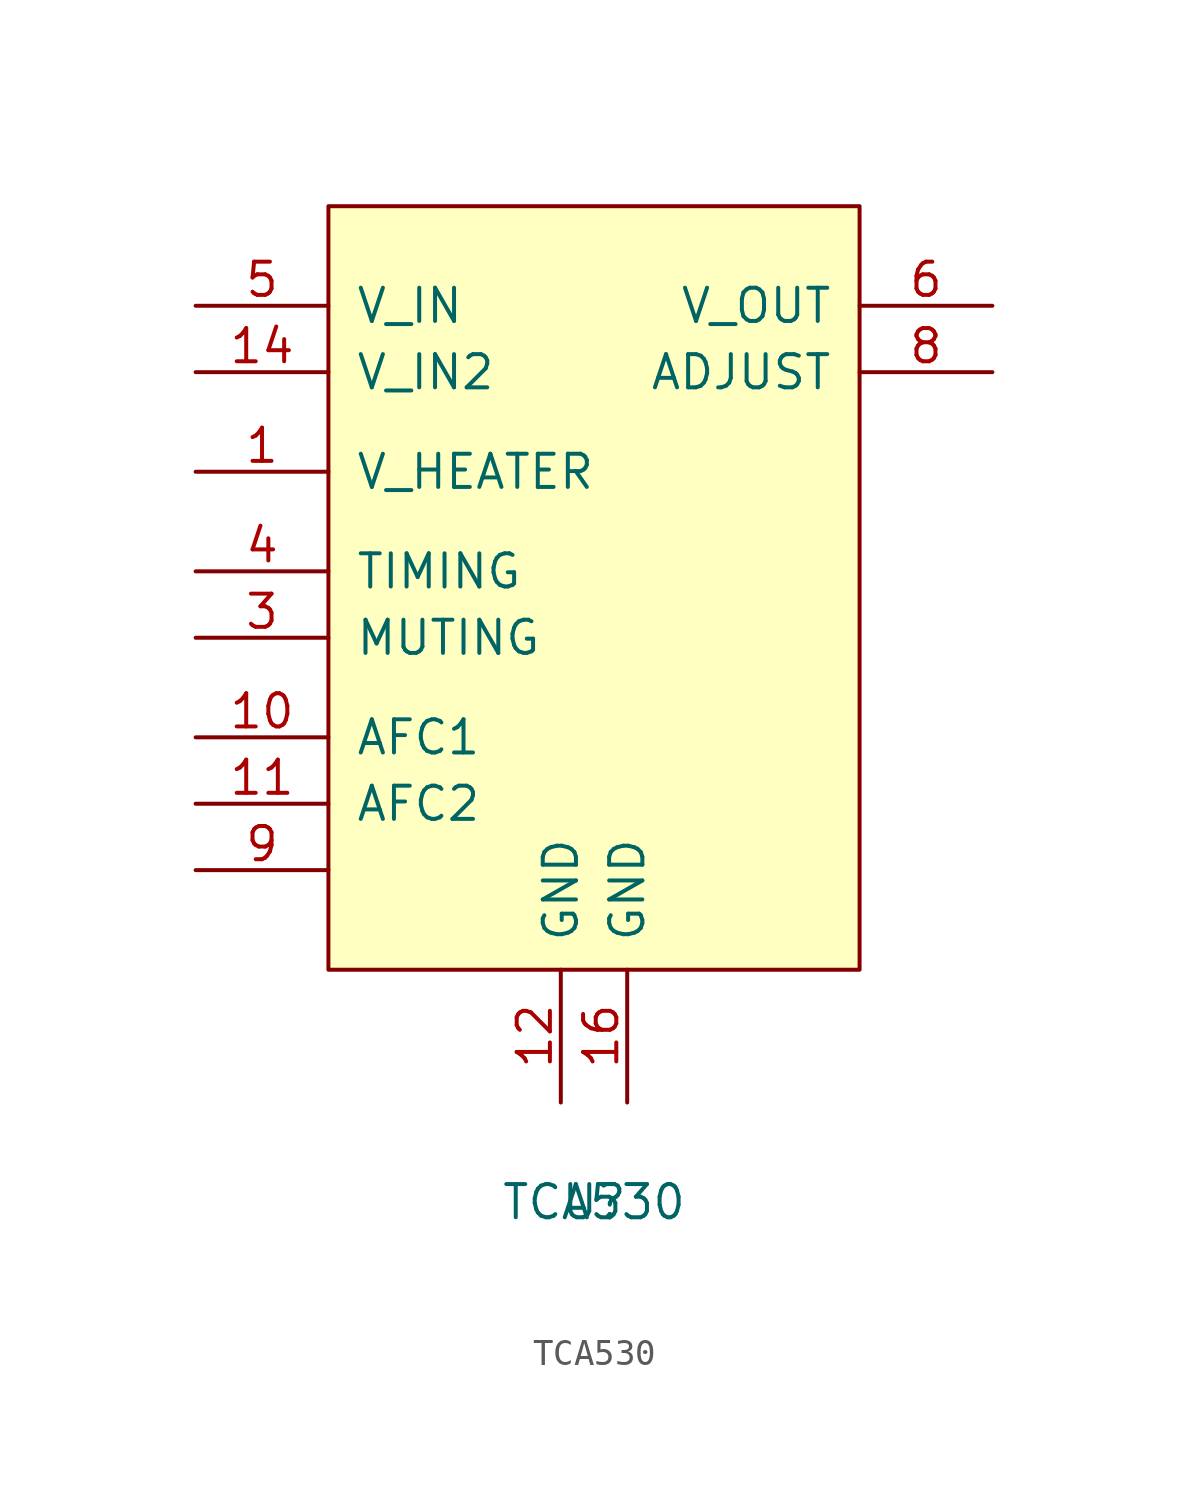
<source format=kicad_sym>
(kicad_symbol_lib
  (version 20220914)
  (generator kicad_symbol_editor)
  (symbol "TCA530"
    (pin_names
      (offset 1.016))
    (property "Reference" "U"
      (at 0 0 0)
      (effects (font (size 1.27 1.27))))
    (property "Value" "TCA530"
      (at 0 0 0)
      (effects (font (size 1.27 1.27))))
    (symbol "TCA530_0_1"
      (rectangle (start -10.16 8.89) (end 10.16 38.1) (stroke (width 0) (type solid)) (fill (type background))))
    (symbol "TCA530_1_1"
      (pin input line (at -15.24 27.94 0) (length 5.08) (name "V_HEATER" (effects (font (size 1.27 1.27)))) (number "1" (effects (font (size 1.27 1.27)))))
      (pin input line (at -15.24 17.78 0) (length 5.08) (name "AFC1" (effects (font (size 1.27 1.27)))) (number "10" (effects (font (size 1.27 1.27)))))
      (pin input line (at -15.24 15.24 0) (length 5.08) (name "AFC2" (effects (font (size 1.27 1.27)))) (number "11" (effects (font (size 1.27 1.27)))))
      (pin input line (at -1.27 3.81 90) (length 5.08) (name "GND" (effects (font (size 1.27 1.27)))) (number "12" (effects (font (size 1.27 1.27)))))
      (pin input line (at -15.24 31.75 0) (length 5.08) (name "V_IN2" (effects (font (size 1.27 1.27)))) (number "14" (effects (font (size 1.27 1.27)))))
      (pin input line (at 1.27 3.81 90) (length 5.08) (name "GND" (effects (font (size 1.27 1.27)))) (number "16" (effects (font (size 1.27 1.27)))))
      (pin input line (at -15.24 21.59 0) (length 5.08) (name "MUTING" (effects (font (size 1.27 1.27)))) (number "3" (effects (font (size 1.27 1.27)))))
      (pin input line (at -15.24 24.13 0) (length 5.08) (name "TIMING" (effects (font (size 1.27 1.27)))) (number "4" (effects (font (size 1.27 1.27)))))
      (pin input line (at -15.24 34.29 0) (length 5.08) (name "V_IN" (effects (font (size 1.27 1.27)))) (number "5" (effects (font (size 1.27 1.27)))))
      (pin input line (at 15.24 34.29 180) (length 5.08) (name "V_OUT" (effects (font (size 1.27 1.27)))) (number "6" (effects (font (size 1.27 1.27)))))
      (pin input line (at 15.24 31.75 180) (length 5.08) (name "ADJUST" (effects (font (size 1.27 1.27)))) (number "8" (effects (font (size 1.27 1.27)))))
      (pin input line (at -15.24 12.7 0) (length 5.08) (name "~" (effects (font (size 1.27 1.27)))) (number "9" (effects (font (size 1.27 1.27))))))))
</source>
